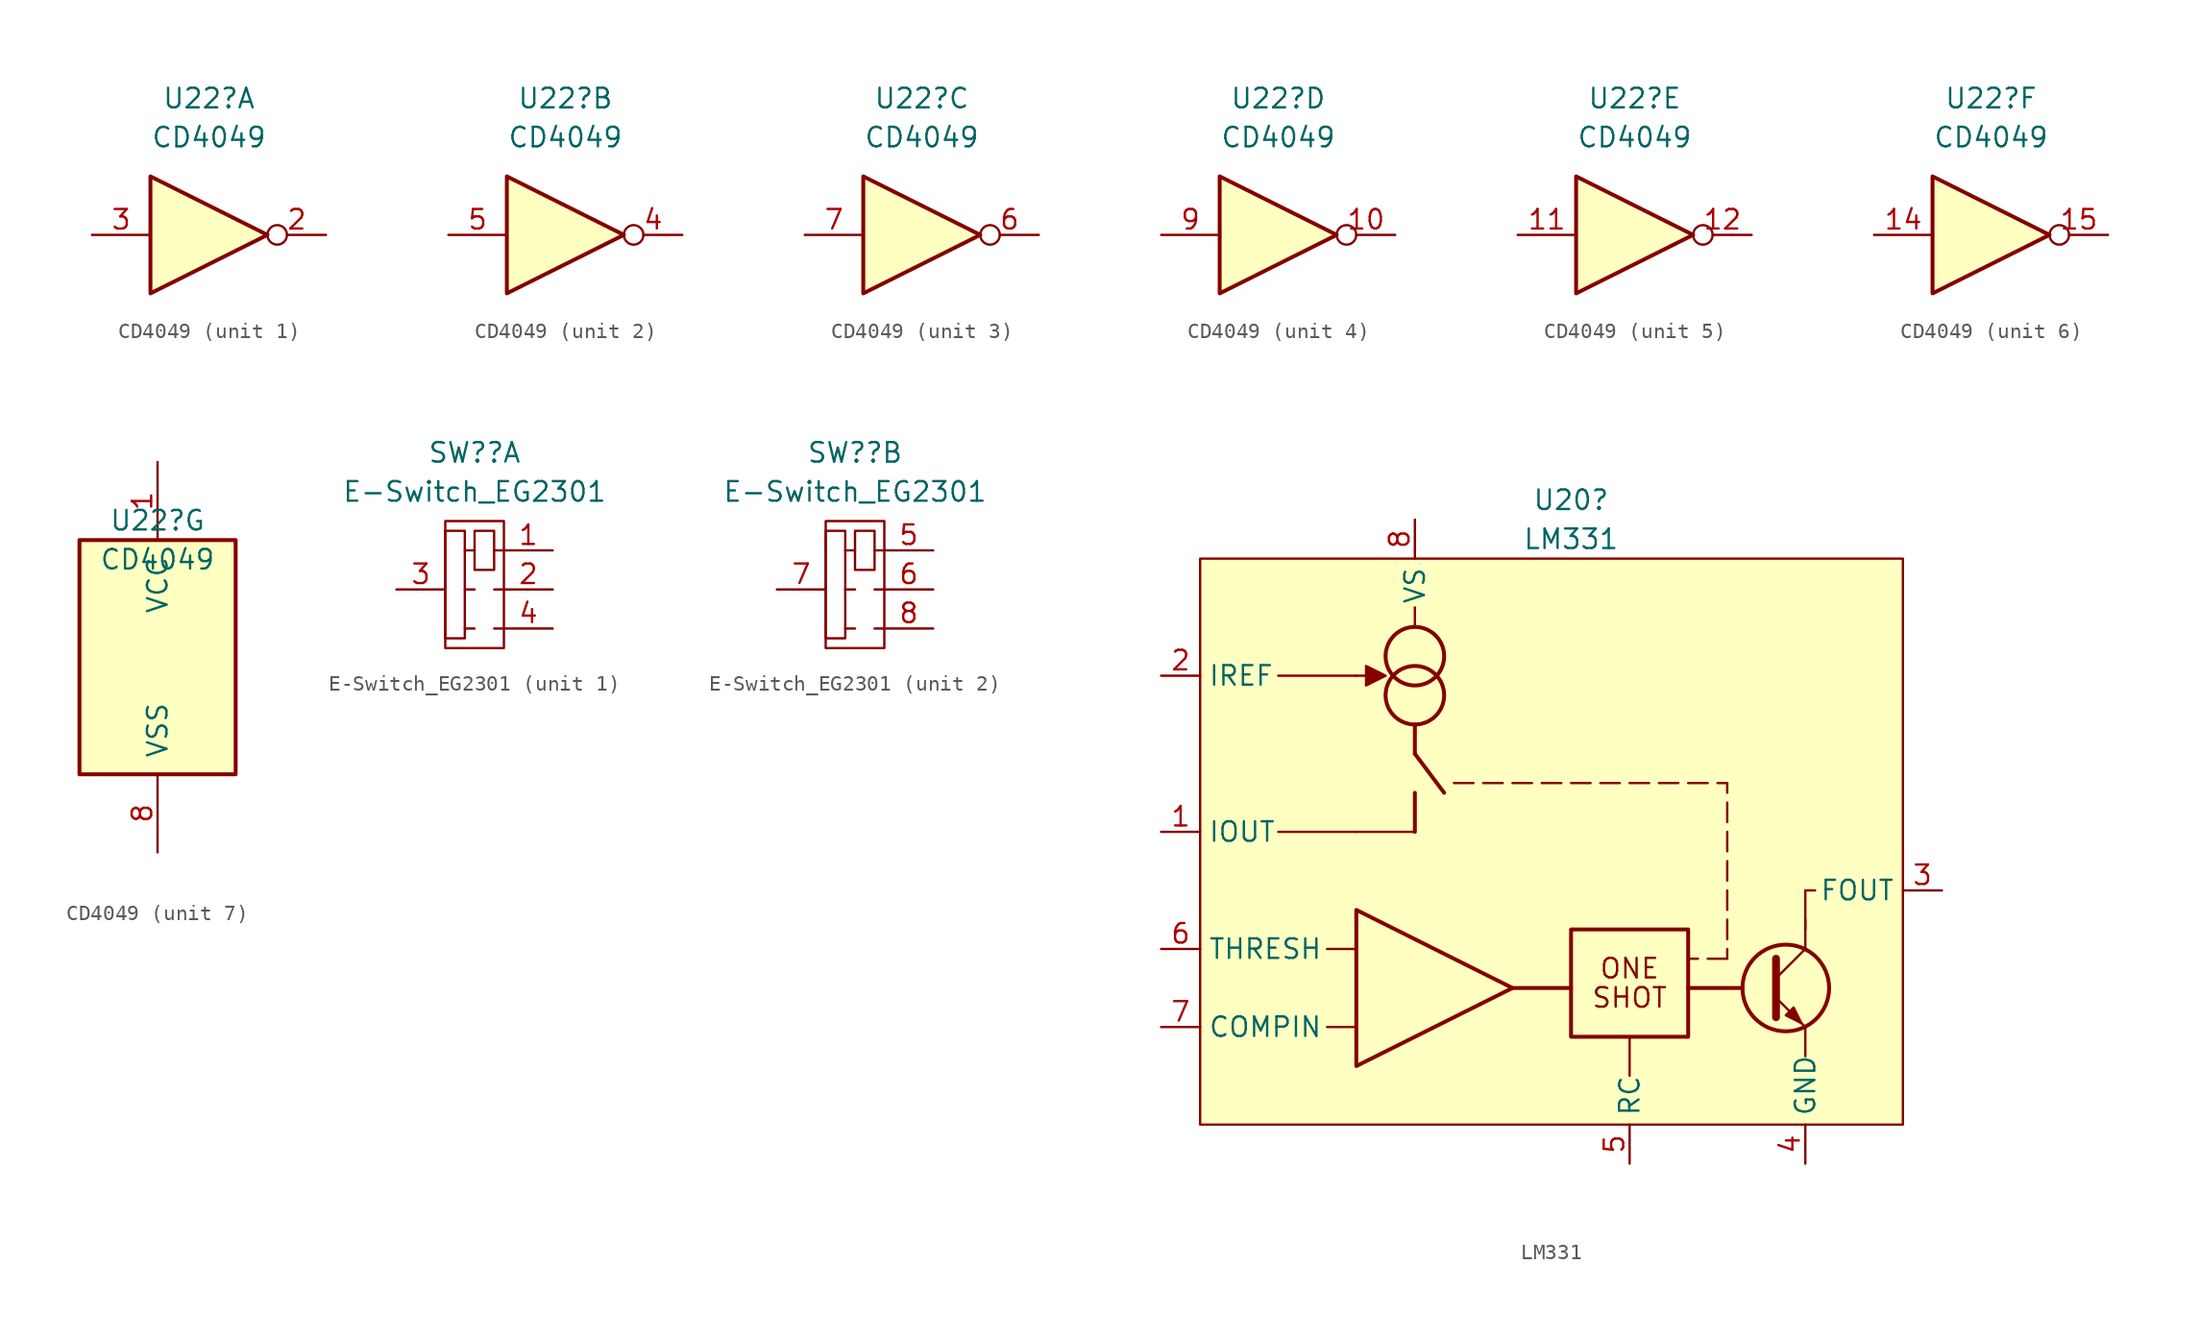
<source format=kicad_sym>
(kicad_symbol_lib
  (version 20220914)
  (generator kicad_symbol_editor)
  (symbol "CD4049"
    (pin_names
      (offset 1.016))
    (property "Reference" "U22"
      (at 0 8.89 0)
      (effects (font (size 1.27 1.27))))
    (property "Value" "CD4049"
      (at 0 6.35 0)
      (effects (font (size 1.27 1.27))))
    (property "ki_locked" ""
      (at 0 0 0)
      (effects (font (size 1.27 1.27))))
    (symbol "CD4049_1_0"
      (polyline (pts (xy -3.81 3.81) (xy -3.81 -3.81) (xy 3.81 0) (xy -3.81 3.81)) (stroke (width 0.254) (type default)) (fill (type background)))
      (pin passive inverted (at 7.62 0 180) (length 3.81) (name "~" (effects (font (size 1.27 1.27)))) (number "2" (effects (font (size 1.27 1.27)))))
      (pin input line (at -7.62 0 0) (length 3.81) (name "~" (effects (font (size 1.27 1.27)))) (number "3" (effects (font (size 1.27 1.27))))))
    (symbol "CD4049_2_0"
      (polyline (pts (xy -3.81 3.81) (xy -3.81 -3.81) (xy 3.81 0) (xy -3.81 3.81)) (stroke (width 0.254) (type default)) (fill (type background)))
      (pin passive inverted (at 7.62 0 180) (length 3.81) (name "~" (effects (font (size 1.27 1.27)))) (number "4" (effects (font (size 1.27 1.27)))))
      (pin input line (at -7.62 0 0) (length 3.81) (name "~" (effects (font (size 1.27 1.27)))) (number "5" (effects (font (size 1.27 1.27))))))
    (symbol "CD4049_3_0"
      (polyline (pts (xy -3.81 3.81) (xy -3.81 -3.81) (xy 3.81 0) (xy -3.81 3.81)) (stroke (width 0.254) (type default)) (fill (type background)))
      (pin passive inverted (at 7.62 0 180) (length 3.81) (name "~" (effects (font (size 1.27 1.27)))) (number "6" (effects (font (size 1.27 1.27)))))
      (pin input line (at -7.62 0 0) (length 3.81) (name "~" (effects (font (size 1.27 1.27)))) (number "7" (effects (font (size 1.27 1.27))))))
    (symbol "CD4049_4_0"
      (polyline (pts (xy -3.81 3.81) (xy -3.81 -3.81) (xy 3.81 0) (xy -3.81 3.81)) (stroke (width 0.254) (type default)) (fill (type background)))
      (pin passive inverted (at 7.62 0 180) (length 3.81) (name "~" (effects (font (size 1.27 1.27)))) (number "10" (effects (font (size 1.27 1.27)))))
      (pin input line (at -7.62 0 0) (length 3.81) (name "~" (effects (font (size 1.27 1.27)))) (number "9" (effects (font (size 1.27 1.27))))))
    (symbol "CD4049_5_0"
      (polyline (pts (xy -3.81 3.81) (xy -3.81 -3.81) (xy 3.81 0) (xy -3.81 3.81)) (stroke (width 0.254) (type default)) (fill (type background)))
      (pin input line (at -7.62 0 0) (length 3.81) (name "~" (effects (font (size 1.27 1.27)))) (number "11" (effects (font (size 1.27 1.27)))))
      (pin passive inverted (at 7.62 0 180) (length 3.81) (name "~" (effects (font (size 1.27 1.27)))) (number "12" (effects (font (size 1.27 1.27))))))
    (symbol "CD4049_6_0"
      (polyline (pts (xy -3.81 3.81) (xy -3.81 -3.81) (xy 3.81 0) (xy -3.81 3.81)) (stroke (width 0.254) (type default)) (fill (type background)))
      (pin input line (at -7.62 0 0) (length 3.81) (name "~" (effects (font (size 1.27 1.27)))) (number "14" (effects (font (size 1.27 1.27)))))
      (pin passive inverted (at 7.62 0 180) (length 3.81) (name "~" (effects (font (size 1.27 1.27)))) (number "15" (effects (font (size 1.27 1.27))))))
    (symbol "CD4049_7_0"
      (pin power_in line (at 0 12.7 270) (length 5.08) (name "VCC" (effects (font (size 1.27 1.27)))) (number "1" (effects (font (size 1.27 1.27)))))
      (pin power_in line (at 0 -12.7 90) (length 5.08) (name "VSS" (effects (font (size 1.27 1.27)))) (number "8" (effects (font (size 1.27 1.27))))))
    (symbol "CD4049_7_1"
      (rectangle (start -5.08 7.62) (end 5.08 -7.62) (stroke (width 0.254) (type default)) (fill (type background)))))
  (symbol "E-Switch_EG2301"
    (pin_names
      (offset 1.016) hide)
    (property "Reference" "SW?"
      (at 0 8.89 0)
      (effects (font (size 1.27 1.27))))
    (property "Value" "E-Switch_EG2301"
      (at 0 6.35 0)
      (effects (font (size 1.27 1.27))))
    (property "ki_locked" ""
      (at 0 0 0)
      (effects (font (size 1.27 1.27))))
    (symbol "E-Switch_EG2301_0_1"
      (rectangle (start -1.905 3.81) (end -0.635 -3.175) (stroke (width 0) (type default)) (fill (type none)))
      (rectangle (start -1.905 4.445) (end 1.905 -3.81) (stroke (width 0) (type default)) (fill (type none)))
      (polyline (pts (xy -0.635 -2.54) (xy 0 -2.54)) (stroke (width 0) (type default)) (fill (type none)))
      (polyline (pts (xy -0.635 0) (xy 0 0)) (stroke (width 0) (type default)) (fill (type none)))
      (polyline (pts (xy -0.635 2.54) (xy 0 2.54)) (stroke (width 0) (type default)) (fill (type none)))
      (polyline (pts (xy 1.27 -2.54) (xy 1.905 -2.54)) (stroke (width 0) (type default)) (fill (type none)))
      (polyline (pts (xy 1.27 0) (xy 1.905 0)) (stroke (width 0) (type default)) (fill (type none)))
      (polyline (pts (xy 1.27 2.54) (xy 1.905 2.54) (xy 1.27 2.54)) (stroke (width 0) (type default)) (fill (type none)))
      (rectangle (start 0 3.81) (end 1.27 1.27) (stroke (width 0) (type default)) (fill (type none))))
    (symbol "E-Switch_EG2301_1_1"
      (pin passive line (at 5.08 2.54 180) (length 3.175) (name "1" (effects (font (size 1.27 1.27)))) (number "1" (effects (font (size 1.27 1.27)))))
      (pin passive line (at 5.08 0 180) (length 3.175) (name "2" (effects (font (size 1.27 1.27)))) (number "2" (effects (font (size 1.27 1.27)))))
      (pin passive line (at -5.08 0 0) (length 3.175) (name "3" (effects (font (size 1.27 1.27)))) (number "3" (effects (font (size 1.27 1.27)))))
      (pin passive line (at 5.08 -2.54 180) (length 3.175) (name "4" (effects (font (size 1.27 1.27)))) (number "4" (effects (font (size 1.27 1.27))))))
    (symbol "E-Switch_EG2301_2_1"
      (pin passive line (at 5.08 2.54 180) (length 3.175) (name "5" (effects (font (size 1.27 1.27)))) (number "5" (effects (font (size 1.27 1.27)))))
      (pin passive line (at 5.08 0 180) (length 3.175) (name "6" (effects (font (size 1.27 1.27)))) (number "6" (effects (font (size 1.27 1.27)))))
      (pin passive line (at -5.08 0 0) (length 3.175) (name "7" (effects (font (size 1.27 1.27)))) (number "7" (effects (font (size 1.27 1.27)))))
      (pin passive line (at 5.08 -2.54 180) (length 3.175) (name "8" (effects (font (size 1.27 1.27)))) (number "8" (effects (font (size 1.27 1.27)))))))
  (symbol "LM331"
    (property "Reference" "U20"
      (at 0 22.86 0)
      (effects (font (size 1.27 1.27))))
    (property "Value" "LM331"
      (at 0 20.32 0)
      (effects (font (size 1.27 1.27))))
    (symbol "LM331_0_0"
      (rectangle (start -24.13 19.05) (end 21.59 -17.78) (stroke (width 0) (type default)) (fill (type background)))
      (polyline (pts (xy -15.875 -11.43) (xy -13.97 -11.43)) (stroke (width 0) (type default)) (fill (type none)))
      (polyline (pts (xy -15.875 -6.35) (xy -13.97 -6.35)) (stroke (width 0) (type default)) (fill (type none)))
      (polyline (pts (xy -13.97 1.27) (xy -19.05 1.27)) (stroke (width 0) (type default)) (fill (type none)))
      (polyline (pts (xy -13.97 11.43) (xy -19.05 11.43)) (stroke (width 0) (type default)) (fill (type none)))
      (polyline (pts (xy 3.81 -12.065) (xy 3.81 -14.605)) (stroke (width 0) (type default)) (fill (type none)))
      (polyline (pts (xy 15.24 -6.35) (xy 15.24 -4.445)) (stroke (width 0) (type default)) (fill (type none)))
      (polyline (pts (xy 15.24 -5.08) (xy 15.24 -2.54) (xy 15.875 -2.54)) (stroke (width 0) (type default)) (fill (type none)))
      (text "SHOT" (at 3.81 -9.525 0) (effects (font (size 1.27 1.27)))))
    (symbol "LM331_1_0"
      (polyline (pts (xy 7.62 -8.89) (xy 11.176 -8.89)) (stroke (width 0.254) (type default)) (fill (type none)))
      (text "ONE" (at 3.81 -7.62 0) (effects (font (size 1.27 1.27)))))
    (symbol "LM331_1_1"
      (circle (center -10.16 10.16) (radius 1.905) (stroke (width 0.254) (type default)) (fill (type none)))
      (circle (center -10.16 12.7) (radius 1.905) (stroke (width 0.254) (type default)) (fill (type none)))
      (rectangle (start 0 -5.08) (end 7.62 -12.065) (stroke (width 0.254) (type default)) (fill (type background)))
      (polyline (pts (xy -13.97 11.43) (xy -13.335 11.43)) (stroke (width 0) (type default)) (fill (type none)))
      (polyline (pts (xy -10.16 1.27) (xy -13.97 1.27)) (stroke (width 0) (type default)) (fill (type none)))
      (polyline (pts (xy -10.16 3.81) (xy -10.16 1.27)) (stroke (width 0.254) (type default)) (fill (type none)))
      (polyline (pts (xy -10.16 6.35) (xy -8.255 3.81)) (stroke (width 0.254) (type default)) (fill (type none)))
      (polyline (pts (xy -10.16 8.255) (xy -10.16 6.35)) (stroke (width 0.254) (type default)) (fill (type none)))
      (polyline (pts (xy -10.16 15.875) (xy -10.16 14.605)) (stroke (width 0) (type default)) (fill (type none)))
      (polyline (pts (xy -6.35 4.445) (xy -7.62 4.445)) (stroke (width 0) (type default)) (fill (type none)))
      (polyline (pts (xy -4.445 4.445) (xy -5.715 4.445)) (stroke (width 0) (type default)) (fill (type none)))
      (polyline (pts (xy -3.81 -8.89) (xy 0 -8.89)) (stroke (width 0.254) (type default)) (fill (type none)))
      (polyline (pts (xy -2.54 4.445) (xy -3.81 4.445)) (stroke (width 0) (type default)) (fill (type none)))
      (polyline (pts (xy -0.635 4.445) (xy -1.905 4.445)) (stroke (width 0) (type default)) (fill (type none)))
      (polyline (pts (xy 1.27 4.445) (xy 0 4.445)) (stroke (width 0) (type default)) (fill (type none)))
      (polyline (pts (xy 3.175 4.445) (xy 1.905 4.445)) (stroke (width 0) (type default)) (fill (type none)))
      (polyline (pts (xy 5.08 4.445) (xy 3.81 4.445)) (stroke (width 0) (type default)) (fill (type none)))
      (polyline (pts (xy 6.985 4.445) (xy 5.715 4.445)) (stroke (width 0) (type default)) (fill (type none)))
      (polyline (pts (xy 7.62 -6.985) (xy 8.255 -6.985)) (stroke (width 0) (type default)) (fill (type none)))
      (polyline (pts (xy 8.89 -6.985) (xy 10.16 -6.985)) (stroke (width 0) (type default)) (fill (type none)))
      (polyline (pts (xy 8.89 4.445) (xy 7.62 4.445)) (stroke (width 0) (type default)) (fill (type none)))
      (polyline (pts (xy 10.16 -6.985) (xy 10.16 -6.35)) (stroke (width 0) (type default)) (fill (type none)))
      (polyline (pts (xy 10.16 -5.715) (xy 10.16 -4.445)) (stroke (width 0) (type default)) (fill (type none)))
      (polyline (pts (xy 10.16 -3.81) (xy 10.16 -2.54)) (stroke (width 0) (type default)) (fill (type none)))
      (polyline (pts (xy 10.16 -1.905) (xy 10.16 -0.635)) (stroke (width 0) (type default)) (fill (type none)))
      (polyline (pts (xy 10.16 0) (xy 10.16 1.27)) (stroke (width 0) (type default)) (fill (type none)))
      (polyline (pts (xy 10.16 1.905) (xy 10.16 3.175)) (stroke (width 0) (type default)) (fill (type none)))
      (polyline (pts (xy 10.16 3.81) (xy 10.16 4.445)) (stroke (width 0) (type default)) (fill (type none)))
      (polyline (pts (xy 10.16 4.445) (xy 9.525 4.445)) (stroke (width 0) (type default)) (fill (type none)))
      (polyline (pts (xy 13.335 -8.255) (xy 15.24 -6.35)) (stroke (width 0) (type default)) (fill (type none)))
      (polyline (pts (xy 15.24 -11.43) (xy 15.24 -13.335)) (stroke (width 0) (type default)) (fill (type none)))
      (polyline (pts (xy 13.335 -9.525) (xy 15.24 -11.43) (xy 15.24 -11.43)) (stroke (width 0) (type default)) (fill (type none)))
      (polyline (pts (xy 13.335 -6.985) (xy 13.335 -10.795) (xy 13.335 -10.795)) (stroke (width 0.508) (type default)) (fill (type none)))
      (polyline (pts (xy -13.97 -3.81) (xy -3.81 -8.89) (xy -13.97 -13.97) (xy -13.97 -3.81)) (stroke (width 0.254) (type default)) (fill (type background)))
      (polyline (pts (xy -13.335 11.43) (xy -13.335 12.065) (xy -12.065 11.43) (xy -13.335 10.795) (xy -13.335 11.43)) (stroke (width 0) (type default)) (fill (type outline)))
      (polyline (pts (xy 13.97 -10.668) (xy 14.478 -10.16) (xy 14.986 -11.176) (xy 13.97 -10.668) (xy 13.97 -10.668)) (stroke (width 0) (type default)) (fill (type outline)))
      (circle (center 13.97 -8.89) (radius 2.819) (stroke (width 0.254) (type default)) (fill (type background)))
      (pin output line (at -26.67 1.27 0) (length 2.54) (name "IOUT" (effects (font (size 1.27 1.27)))) (number "1" (effects (font (size 1.27 1.27)))))
      (pin input line (at -26.67 11.43 0) (length 2.54) (name "IREF" (effects (font (size 1.27 1.27)))) (number "2" (effects (font (size 1.27 1.27)))))
      (pin open_collector line (at 24.13 -2.54 180) (length 2.54) (name "FOUT" (effects (font (size 1.27 1.27)))) (number "3" (effects (font (size 1.27 1.27)))))
      (pin power_in line (at 15.24 -20.32 90) (length 2.54) (name "GND" (effects (font (size 1.27 1.27)))) (number "4" (effects (font (size 1.27 1.27)))))
      (pin input line (at 3.81 -20.32 90) (length 2.54) (name "RC" (effects (font (size 1.27 1.27)))) (number "5" (effects (font (size 1.27 1.27)))))
      (pin input line (at -26.67 -6.35 0) (length 2.54) (name "THRESH" (effects (font (size 1.27 1.27)))) (number "6" (effects (font (size 1.27 1.27)))))
      (pin input line (at -26.67 -11.43 0) (length 2.54) (name "COMPIN" (effects (font (size 1.27 1.27)))) (number "7" (effects (font (size 1.27 1.27)))))
      (pin power_in line (at -10.16 21.59 270) (length 2.54) (name "VS" (effects (font (size 1.27 1.27)))) (number "8" (effects (font (size 1.27 1.27))))))))
</source>
